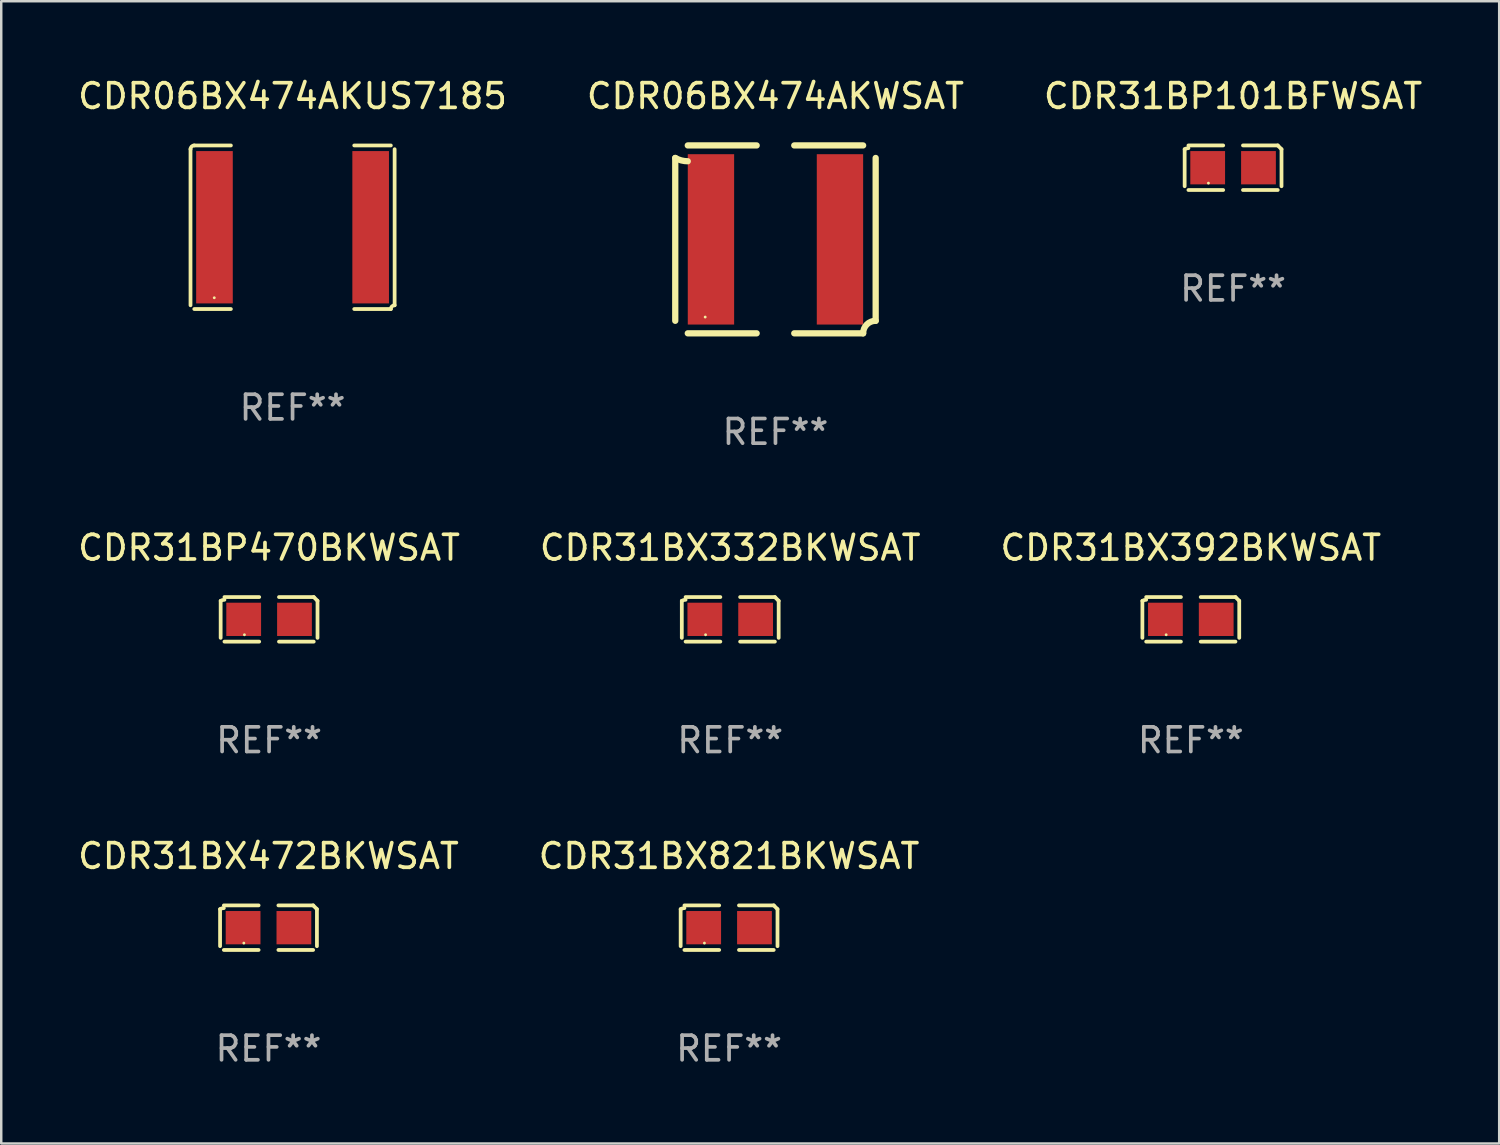
<source format=kicad_pcb>
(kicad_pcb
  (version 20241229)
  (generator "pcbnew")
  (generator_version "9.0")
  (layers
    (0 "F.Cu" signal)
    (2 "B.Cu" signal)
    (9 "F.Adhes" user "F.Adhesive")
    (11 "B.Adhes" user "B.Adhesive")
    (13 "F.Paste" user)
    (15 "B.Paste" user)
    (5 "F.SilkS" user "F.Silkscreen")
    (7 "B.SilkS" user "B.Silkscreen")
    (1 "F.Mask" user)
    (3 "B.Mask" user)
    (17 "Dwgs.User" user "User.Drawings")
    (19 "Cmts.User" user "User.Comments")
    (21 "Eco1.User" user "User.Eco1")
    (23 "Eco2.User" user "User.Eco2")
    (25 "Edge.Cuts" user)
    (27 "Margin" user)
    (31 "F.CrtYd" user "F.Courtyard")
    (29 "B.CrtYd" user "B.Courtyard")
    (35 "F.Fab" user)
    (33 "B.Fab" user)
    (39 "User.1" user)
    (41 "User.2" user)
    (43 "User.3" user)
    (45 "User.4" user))
  (footprint "CDR06BX474AKWSAT"
    (layer "F.Cu")
    (at 28.399 6.658)
    (property "Reference" "CDR06BX474AKWSAT" (at 0 -5.81 0) (layer "F.SilkS") (effects (font (size 1 1) (thickness 0.15))))
    (attr through_hole)
    (fp_line (start -4.064 3.302) (end -4.064 -3.302) (stroke (width 0.254) (type solid)) (layer "F.SilkS"))
    (fp_line (start -3.556 -3.81) (end -0.762 -3.81) (stroke (width 0.254) (type solid)) (layer "F.SilkS"))
    (fp_line (start -3.556 3.81) (end -0.762 3.81) (stroke (width 0.254) (type solid)) (layer "F.SilkS"))
    (fp_line (start 3.556 -3.81) (end 0.762 -3.81) (stroke (width 0.254) (type solid)) (layer "F.SilkS"))
    (fp_line (start 3.556 3.81) (end 0.762 3.81) (stroke (width 0.254) (type solid)) (layer "F.SilkS"))
    (fp_line (start 4.064 -3.302) (end 4.064 3.302) (stroke (width 0.254) (type solid)) (layer "F.SilkS"))
    (fp_arc (start -3.556007 -3.168295) (mid -3.818659 -3.202283) (end -4.064008 -3.302007) (stroke (width 0.254001) (type solid)) (layer "F.SilkS"))
    (fp_arc (start 3.556007 3.810008) (mid 3.704797 3.450797) (end 4.064008 3.302007) (stroke (width 0.254001) (type solid)) (layer "F.SilkS"))
    (fp_circle (center -2.85 3.15) (end -2.82 3.15) (stroke (width 0.06) (type solid)) (fill no) (layer "F.SilkS"))
    (fp_text user "REF**" (at 0 7.81 0) (layer "F.Fab") (effects (font (size 1 1) (thickness 0.15))))
    (pad "1" smd rect (at -2.616 0) (size 1.88 6.909) (layers "F.Cu" "F.Mask" "F.Paste"))
    (pad "2" smd rect (at 2.616 0) (size 1.88 6.909) (layers "F.Cu" "F.Mask" "F.Paste")))
  (footprint "CDR31BP101BFWSAT"
    (layer "F.Cu")
    (at 46.958 3.752)
    (property "Reference" "CDR31BP101BFWSAT" (at 0 -2.904 0) (layer "F.SilkS") (effects (font (size 1 1) (thickness 0.15))))
    (attr through_hole)
    (fp_line (start -1.964 0.751) (end -1.964 -0.751) (stroke (width 0.152) (type solid)) (layer "F.SilkS"))
    (fp_line (start -1.811 -0.904) (end -0.401 -0.904) (stroke (width 0.152) (type solid)) (layer "F.SilkS"))
    (fp_line (start -0.401 0.904) (end -1.811 0.904) (stroke (width 0.152) (type solid)) (layer "F.SilkS"))
    (fp_line (start 0.401 0.904) (end 1.811 0.904) (stroke (width 0.152) (type solid)) (layer "F.SilkS"))
    (fp_line (start 1.811 -0.904) (end 0.401 -0.904) (stroke (width 0.152) (type solid)) (layer "F.SilkS"))
    (fp_line (start 1.964 0.751) (end 1.964 -0.751) (stroke (width 0.152) (type solid)) (layer "F.SilkS"))
    (fp_arc (start -1.963602 -0.751207) (mid -1.890354 -0.783131) (end -1.811201 -0.794044) (stroke (width 0.1524) (type solid)) (layer "F.SilkS"))
    (fp_arc (start 1.811202 -0.903607) (mid 1.887413 -0.827418) (end 1.963602 -0.751207) (stroke (width 0.1524) (type solid)) (layer "F.SilkS"))
    (fp_circle (center -1 0.625) (end -0.97 0.625) (stroke (width 0.06) (type solid)) (fill no) (layer "F.SilkS"))
    (fp_text user "REF**" (at 0 4.904 0) (layer "F.Fab") (effects (font (size 1 1) (thickness 0.15))))
    (pad "1" smd rect (at -1.03 0) (size 1.41 1.35) (layers "F.Cu" "F.Mask" "F.Paste"))
    (pad "2" smd rect (at 1.03 0) (size 1.41 1.35) (layers "F.Cu" "F.Mask" "F.Paste")))
  (footprint "CDR31BX472BKWSAT"
    (layer "F.Cu")
    (at 7.839 34.572)
    (property "Reference" "CDR31BX472BKWSAT" (at 0 -2.904 0) (layer "F.SilkS") (effects (font (size 1 1) (thickness 0.15))))
    (attr through_hole)
    (fp_line (start -1.964 0.751) (end -1.964 -0.751) (stroke (width 0.152) (type solid)) (layer "F.SilkS"))
    (fp_line (start -1.811 -0.904) (end -0.401 -0.904) (stroke (width 0.152) (type solid)) (layer "F.SilkS"))
    (fp_line (start -0.401 0.904) (end -1.811 0.904) (stroke (width 0.152) (type solid)) (layer "F.SilkS"))
    (fp_line (start 0.401 0.904) (end 1.811 0.904) (stroke (width 0.152) (type solid)) (layer "F.SilkS"))
    (fp_line (start 1.811 -0.904) (end 0.401 -0.904) (stroke (width 0.152) (type solid)) (layer "F.SilkS"))
    (fp_line (start 1.964 0.751) (end 1.964 -0.751) (stroke (width 0.152) (type solid)) (layer "F.SilkS"))
    (fp_arc (start -1.963602 -0.751207) (mid -1.890354 -0.783131) (end -1.811201 -0.794044) (stroke (width 0.1524) (type solid)) (layer "F.SilkS"))
    (fp_arc (start 1.811202 -0.903607) (mid 1.887413 -0.827418) (end 1.963602 -0.751207) (stroke (width 0.1524) (type solid)) (layer "F.SilkS"))
    (fp_circle (center -1 0.625) (end -0.97 0.625) (stroke (width 0.06) (type solid)) (fill no) (layer "F.SilkS"))
    (fp_text user "REF**" (at 0 4.904 0) (layer "F.Fab") (effects (font (size 1 1) (thickness 0.15))))
    (pad "1" smd rect (at -1.03 0) (size 1.41 1.35) (layers "F.Cu" "F.Mask" "F.Paste"))
    (pad "2" smd rect (at 1.03 0) (size 1.41 1.35) (layers "F.Cu" "F.Mask" "F.Paste")))
  (footprint "CDR31BP470BKWSAT"
    (layer "F.Cu")
    (at 7.863 22.068)
    (property "Reference" "CDR31BP470BKWSAT" (at 0 -2.904 0) (layer "F.SilkS") (effects (font (size 1 1) (thickness 0.15))))
    (attr through_hole)
    (fp_line (start -1.964 0.751) (end -1.964 -0.751) (stroke (width 0.152) (type solid)) (layer "F.SilkS"))
    (fp_line (start -1.811 -0.904) (end -0.401 -0.904) (stroke (width 0.152) (type solid)) (layer "F.SilkS"))
    (fp_line (start -0.401 0.904) (end -1.811 0.904) (stroke (width 0.152) (type solid)) (layer "F.SilkS"))
    (fp_line (start 0.401 0.904) (end 1.811 0.904) (stroke (width 0.152) (type solid)) (layer "F.SilkS"))
    (fp_line (start 1.811 -0.904) (end 0.401 -0.904) (stroke (width 0.152) (type solid)) (layer "F.SilkS"))
    (fp_line (start 1.964 0.751) (end 1.964 -0.751) (stroke (width 0.152) (type solid)) (layer "F.SilkS"))
    (fp_arc (start -1.963602 -0.751207) (mid -1.890354 -0.783131) (end -1.811201 -0.794044) (stroke (width 0.1524) (type solid)) (layer "F.SilkS"))
    (fp_arc (start 1.811202 -0.903607) (mid 1.887413 -0.827418) (end 1.963602 -0.751207) (stroke (width 0.1524) (type solid)) (layer "F.SilkS"))
    (fp_circle (center -1 0.625) (end -0.97 0.625) (stroke (width 0.06) (type solid)) (fill no) (layer "F.SilkS"))
    (fp_text user "REF**" (at 0 4.904 0) (layer "F.Fab") (effects (font (size 1 1) (thickness 0.15))))
    (pad "1" smd rect (at -1.03 0) (size 1.41 1.35) (layers "F.Cu" "F.Mask" "F.Paste"))
    (pad "2" smd rect (at 1.03 0) (size 1.41 1.35) (layers "F.Cu" "F.Mask" "F.Paste")))
  (footprint "CDR31BX392BKWSAT"
    (layer "F.Cu")
    (at 45.244 22.068)
    (property "Reference" "CDR31BX392BKWSAT" (at 0 -2.904 0) (layer "F.SilkS") (effects (font (size 1 1) (thickness 0.15))))
    (attr through_hole)
    (fp_line (start -1.964 0.751) (end -1.964 -0.751) (stroke (width 0.152) (type solid)) (layer "F.SilkS"))
    (fp_line (start -1.811 -0.904) (end -0.401 -0.904) (stroke (width 0.152) (type solid)) (layer "F.SilkS"))
    (fp_line (start -0.401 0.904) (end -1.811 0.904) (stroke (width 0.152) (type solid)) (layer "F.SilkS"))
    (fp_line (start 0.401 0.904) (end 1.811 0.904) (stroke (width 0.152) (type solid)) (layer "F.SilkS"))
    (fp_line (start 1.811 -0.904) (end 0.401 -0.904) (stroke (width 0.152) (type solid)) (layer "F.SilkS"))
    (fp_line (start 1.964 0.751) (end 1.964 -0.751) (stroke (width 0.152) (type solid)) (layer "F.SilkS"))
    (fp_arc (start -1.963602 -0.751207) (mid -1.890354 -0.783131) (end -1.811201 -0.794044) (stroke (width 0.1524) (type solid)) (layer "F.SilkS"))
    (fp_arc (start 1.811202 -0.903607) (mid 1.887413 -0.827418) (end 1.963602 -0.751207) (stroke (width 0.1524) (type solid)) (layer "F.SilkS"))
    (fp_circle (center -1 0.625) (end -0.97 0.625) (stroke (width 0.06) (type solid)) (fill no) (layer "F.SilkS"))
    (fp_text user "REF**" (at 0 4.904 0) (layer "F.Fab") (effects (font (size 1 1) (thickness 0.15))))
    (pad "1" smd rect (at -1.03 0) (size 1.41 1.35) (layers "F.Cu" "F.Mask" "F.Paste"))
    (pad "2" smd rect (at 1.03 0) (size 1.41 1.35) (layers "F.Cu" "F.Mask" "F.Paste")))
  (footprint "CDR06BX474AKUS7185"
    (layer "F.Cu")
    (at 8.815 6.166)
    (property "Reference" "CDR06BX474AKUS7185" (at 0 -5.317 0) (layer "F.SilkS") (effects (font (size 1 1) (thickness 0.15))))
    (attr through_hole)
    (fp_line (start -4.139 -3.165) (end -4.139 3.165) (stroke (width 0.152) (type solid)) (layer "F.SilkS"))
    (fp_line (start -3.986 3.317) (end -2.501 3.317) (stroke (width 0.152) (type solid)) (layer "F.SilkS"))
    (fp_line (start -2.501 -3.317) (end -3.986 -3.317) (stroke (width 0.152) (type solid)) (layer "F.SilkS"))
    (fp_line (start 2.501 -3.317) (end 3.986 -3.317) (stroke (width 0.152) (type solid)) (layer "F.SilkS"))
    (fp_line (start 3.986 3.317) (end 2.501 3.317) (stroke (width 0.152) (type solid)) (layer "F.SilkS"))
    (fp_line (start 4.139 -3.165) (end 4.139 3.165) (stroke (width 0.152) (type solid)) (layer "F.SilkS"))
    (fp_arc (start -4.1386 -3.164999) (mid -4.093963 -3.272762) (end -3.9862 -3.317399) (stroke (width 0.1524) (type solid)) (layer "F.SilkS"))
    (fp_arc (start 3.9862 3.317399) (mid 4.030837 3.209636) (end 4.1386 3.164999) (stroke (width 0.1524) (type solid)) (layer "F.SilkS"))
    (fp_circle (center -3.175 2.86) (end -3.145 2.86) (stroke (width 0.06) (type solid)) (fill no) (layer "F.SilkS"))
    (fp_text user "REF**" (at 0 7.317 0) (layer "F.Fab") (effects (font (size 1 1) (thickness 0.15))))
    (pad "1" smd rect (at -3.167 0) (size 1.485 6.178) (layers "F.Cu" "F.Mask" "F.Paste"))
    (pad "2" smd rect (at 3.167 0) (size 1.485 6.178) (layers "F.Cu" "F.Mask" "F.Paste")))
  (footprint "CDR31BX332BKWSAT"
    (layer "F.Cu")
    (at 26.565 22.068)
    (property "Reference" "CDR31BX332BKWSAT" (at 0 -2.904 0) (layer "F.SilkS") (effects (font (size 1 1) (thickness 0.15))))
    (attr through_hole)
    (fp_line (start -1.964 0.751) (end -1.964 -0.751) (stroke (width 0.152) (type solid)) (layer "F.SilkS"))
    (fp_line (start -1.811 -0.904) (end -0.401 -0.904) (stroke (width 0.152) (type solid)) (layer "F.SilkS"))
    (fp_line (start -0.401 0.904) (end -1.811 0.904) (stroke (width 0.152) (type solid)) (layer "F.SilkS"))
    (fp_line (start 0.401 0.904) (end 1.811 0.904) (stroke (width 0.152) (type solid)) (layer "F.SilkS"))
    (fp_line (start 1.811 -0.904) (end 0.401 -0.904) (stroke (width 0.152) (type solid)) (layer "F.SilkS"))
    (fp_line (start 1.964 0.751) (end 1.964 -0.751) (stroke (width 0.152) (type solid)) (layer "F.SilkS"))
    (fp_arc (start -1.963602 -0.751207) (mid -1.890354 -0.783131) (end -1.811201 -0.794044) (stroke (width 0.1524) (type solid)) (layer "F.SilkS"))
    (fp_arc (start 1.811202 -0.903607) (mid 1.887413 -0.827418) (end 1.963602 -0.751207) (stroke (width 0.1524) (type solid)) (layer "F.SilkS"))
    (fp_circle (center -1 0.625) (end -0.97 0.625) (stroke (width 0.06) (type solid)) (fill no) (layer "F.SilkS"))
    (fp_text user "REF**" (at 0 4.904 0) (layer "F.Fab") (effects (font (size 1 1) (thickness 0.15))))
    (pad "1" smd rect (at -1.03 0) (size 1.41 1.35) (layers "F.Cu" "F.Mask" "F.Paste"))
    (pad "2" smd rect (at 1.03 0) (size 1.41 1.35) (layers "F.Cu" "F.Mask" "F.Paste")))
  (footprint "CDR31BX821BKWSAT"
    (layer "F.Cu")
    (at 26.518 34.572)
    (property "Reference" "CDR31BX821BKWSAT" (at 0 -2.904 0) (layer "F.SilkS") (effects (font (size 1 1) (thickness 0.15))))
    (attr through_hole)
    (fp_line (start -1.964 0.751) (end -1.964 -0.751) (stroke (width 0.152) (type solid)) (layer "F.SilkS"))
    (fp_line (start -1.811 -0.904) (end -0.401 -0.904) (stroke (width 0.152) (type solid)) (layer "F.SilkS"))
    (fp_line (start -0.401 0.904) (end -1.811 0.904) (stroke (width 0.152) (type solid)) (layer "F.SilkS"))
    (fp_line (start 0.401 0.904) (end 1.811 0.904) (stroke (width 0.152) (type solid)) (layer "F.SilkS"))
    (fp_line (start 1.811 -0.904) (end 0.401 -0.904) (stroke (width 0.152) (type solid)) (layer "F.SilkS"))
    (fp_line (start 1.964 0.751) (end 1.964 -0.751) (stroke (width 0.152) (type solid)) (layer "F.SilkS"))
    (fp_arc (start -1.963602 -0.751207) (mid -1.890354 -0.783131) (end -1.811201 -0.794044) (stroke (width 0.1524) (type solid)) (layer "F.SilkS"))
    (fp_arc (start 1.811202 -0.903607) (mid 1.887413 -0.827418) (end 1.963602 -0.751207) (stroke (width 0.1524) (type solid)) (layer "F.SilkS"))
    (fp_circle (center -1 0.625) (end -0.97 0.625) (stroke (width 0.06) (type solid)) (fill no) (layer "F.SilkS"))
    (fp_text user "REF**" (at 0 4.904 0) (layer "F.Fab") (effects (font (size 1 1) (thickness 0.15))))
    (pad "1" smd rect (at -1.03 0) (size 1.41 1.35) (layers "F.Cu" "F.Mask" "F.Paste"))
    (pad "2" smd rect (at 1.03 0) (size 1.41 1.35) (layers "F.Cu" "F.Mask" "F.Paste")))
  (gr_rect
    (start -3 -3)
    (end 57.75 43.324)
    (stroke (width 0.1) (type default))
    (fill no)
    (layer "Edge.Cuts")))
</source>
